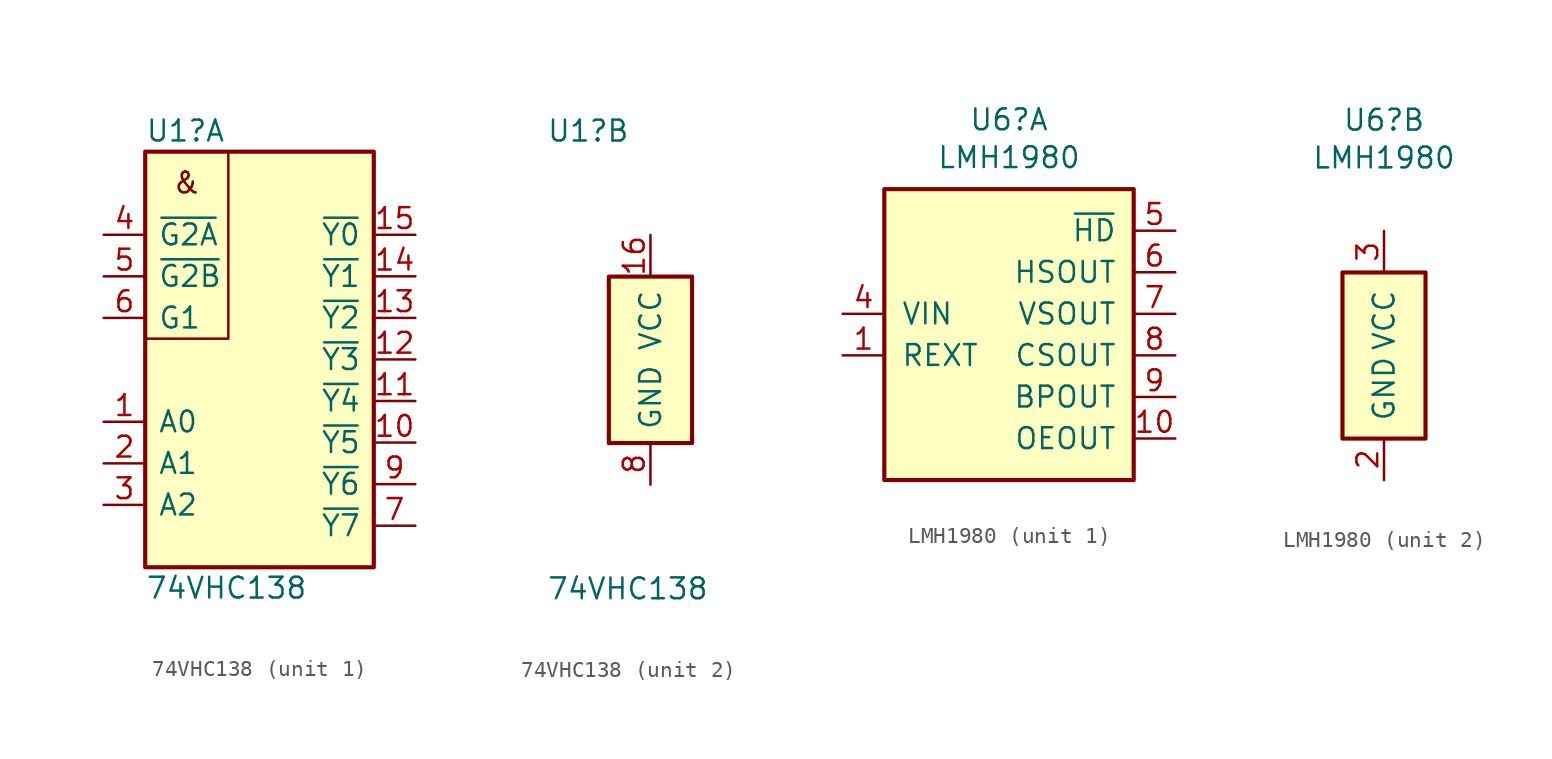
<source format=kicad_sym>
(kicad_symbol_lib
  (version 20220914)
  (generator kicad_symbol_editor)
  (symbol "74VHC138"
    (pin_names
      (offset 0.762))
    (property "Reference" "U1"
      (at -6.35 13.97 0)
      (effects (font (size 1.27 1.27)) (justify left)))
    (property "Value" "74VHC138"
      (at -6.35 -13.97 0)
      (effects (font (size 1.27 1.27)) (justify left)))
    (property "ki_locked" ""
      (at 0 0 0)
      (effects (font (size 1.27 1.27))))
    (symbol "74VHC138_1_0"
      (polyline (pts (xy -1.27 12.7) (xy -1.27 1.27) (xy -6.35 1.27) (xy -6.35 1.27)) (stroke (width 0) (type default)) (fill (type none)))
      (text "&" (at -3.81 10.795 0) (effects (font (size 1.27 1.27)))))
    (symbol "74VHC138_1_1"
      (rectangle (start -6.35 12.7) (end 7.62 -12.7) (stroke (width 0.254) (type default)) (fill (type background)))
      (pin input line (at -8.89 -3.81 0) (length 2.54) (name "A0" (effects (font (size 1.27 1.27)))) (number "1" (effects (font (size 1.27 1.27)))))
      (pin output line (at 10.16 -5.08 180) (length 2.54) (name "~{Y5}" (effects (font (size 1.27 1.27)))) (number "10" (effects (font (size 1.27 1.27)))))
      (pin output line (at 10.16 -2.54 180) (length 2.54) (name "~{Y4}" (effects (font (size 1.27 1.27)))) (number "11" (effects (font (size 1.27 1.27)))))
      (pin output line (at 10.16 0 180) (length 2.54) (name "~{Y3}" (effects (font (size 1.27 1.27)))) (number "12" (effects (font (size 1.27 1.27)))))
      (pin output line (at 10.16 2.54 180) (length 2.54) (name "~{Y2}" (effects (font (size 1.27 1.27)))) (number "13" (effects (font (size 1.27 1.27)))))
      (pin output line (at 10.16 5.08 180) (length 2.54) (name "~{Y1}" (effects (font (size 1.27 1.27)))) (number "14" (effects (font (size 1.27 1.27)))))
      (pin output line (at 10.16 7.62 180) (length 2.54) (name "~{Y0}" (effects (font (size 1.27 1.27)))) (number "15" (effects (font (size 1.27 1.27)))))
      (pin input line (at -8.89 -6.35 0) (length 2.54) (name "A1" (effects (font (size 1.27 1.27)))) (number "2" (effects (font (size 1.27 1.27)))))
      (pin input line (at -8.89 -8.89 0) (length 2.54) (name "A2" (effects (font (size 1.27 1.27)))) (number "3" (effects (font (size 1.27 1.27)))))
      (pin input line (at -8.89 7.62 0) (length 2.54) (name "~{G2A}" (effects (font (size 1.27 1.27)))) (number "4" (effects (font (size 1.27 1.27)))))
      (pin input line (at -8.89 5.08 0) (length 2.54) (name "~{G2B}" (effects (font (size 1.27 1.27)))) (number "5" (effects (font (size 1.27 1.27)))))
      (pin input line (at -8.89 2.54 0) (length 2.54) (name "G1" (effects (font (size 1.27 1.27)))) (number "6" (effects (font (size 1.27 1.27)))))
      (pin output line (at 10.16 -10.16 180) (length 2.54) (name "~{Y7}" (effects (font (size 1.27 1.27)))) (number "7" (effects (font (size 1.27 1.27)))))
      (pin output line (at 10.16 -7.62 180) (length 2.54) (name "~{Y6}" (effects (font (size 1.27 1.27)))) (number "9" (effects (font (size 1.27 1.27))))))
    (symbol "74VHC138_2_0"
      (rectangle (start -2.54 5.08) (end 2.54 -5.08) (stroke (width 0.254) (type default)) (fill (type background)))
      (pin power_in line (at 0 7.62 270) (length 2.54) (name "VCC" (effects (font (size 1.27 1.27)))) (number "16" (effects (font (size 1.27 1.27))))))
    (symbol "74VHC138_2_1"
      (pin power_in line (at 0 -7.62 90) (length 2.54) (name "GND" (effects (font (size 1.27 1.27)))) (number "8" (effects (font (size 1.27 1.27)))))))
  (symbol "LMH1980"
    (pin_names
      (offset 1.016))
    (property "Reference" "U6"
      (at 0 14.402 0)
      (effects (font (size 1.27 1.27))))
    (property "Value" "LMH1980"
      (at 0 12.09 0)
      (effects (font (size 1.27 1.27))))
    (property "ki_locked" ""
      (at 0 0 0)
      (effects (font (size 1.27 1.27))))
    (symbol "LMH1980_1_1"
      (rectangle (start -7.62 10.16) (end 7.62 -7.62) (stroke (width 0.254) (type default)) (fill (type background)))
      (pin input line (at -10.16 0 0) (length 2.54) (name "REXT" (effects (font (size 1.27 1.27)))) (number "1" (effects (font (size 1.27 1.27)))))
      (pin output line (at 10.16 -5.08 180) (length 2.54) (name "OEOUT" (effects (font (size 1.27 1.27)))) (number "10" (effects (font (size 1.27 1.27)))))
      (pin input line (at -10.16 2.54 0) (length 2.54) (name "VIN" (effects (font (size 1.27 1.27)))) (number "4" (effects (font (size 1.27 1.27)))))
      (pin output line (at 10.16 7.62 180) (length 2.54) (name "~{HD}" (effects (font (size 1.27 1.27)))) (number "5" (effects (font (size 1.27 1.27)))))
      (pin output line (at 10.16 5.08 180) (length 2.54) (name "HSOUT" (effects (font (size 1.27 1.27)))) (number "6" (effects (font (size 1.27 1.27)))))
      (pin output line (at 10.16 2.54 180) (length 2.54) (name "VSOUT" (effects (font (size 1.27 1.27)))) (number "7" (effects (font (size 1.27 1.27)))))
      (pin output line (at 10.16 0 180) (length 2.54) (name "CSOUT" (effects (font (size 1.27 1.27)))) (number "8" (effects (font (size 1.27 1.27)))))
      (pin output line (at 10.16 -2.54 180) (length 2.54) (name "BPOUT" (effects (font (size 1.27 1.27)))) (number "9" (effects (font (size 1.27 1.27))))))
    (symbol "LMH1980_2_1"
      (rectangle (start -2.54 5.08) (end 2.54 -5.08) (stroke (width 0.254) (type default)) (fill (type background)))
      (pin power_in line (at 0 -7.62 90) (length 2.54) (name "GND" (effects (font (size 1.27 1.27)))) (number "2" (effects (font (size 1.27 1.27)))))
      (pin power_in line (at 0 7.62 270) (length 2.54) (name "VCC" (effects (font (size 1.27 1.27)))) (number "3" (effects (font (size 1.27 1.27))))))))
</source>
